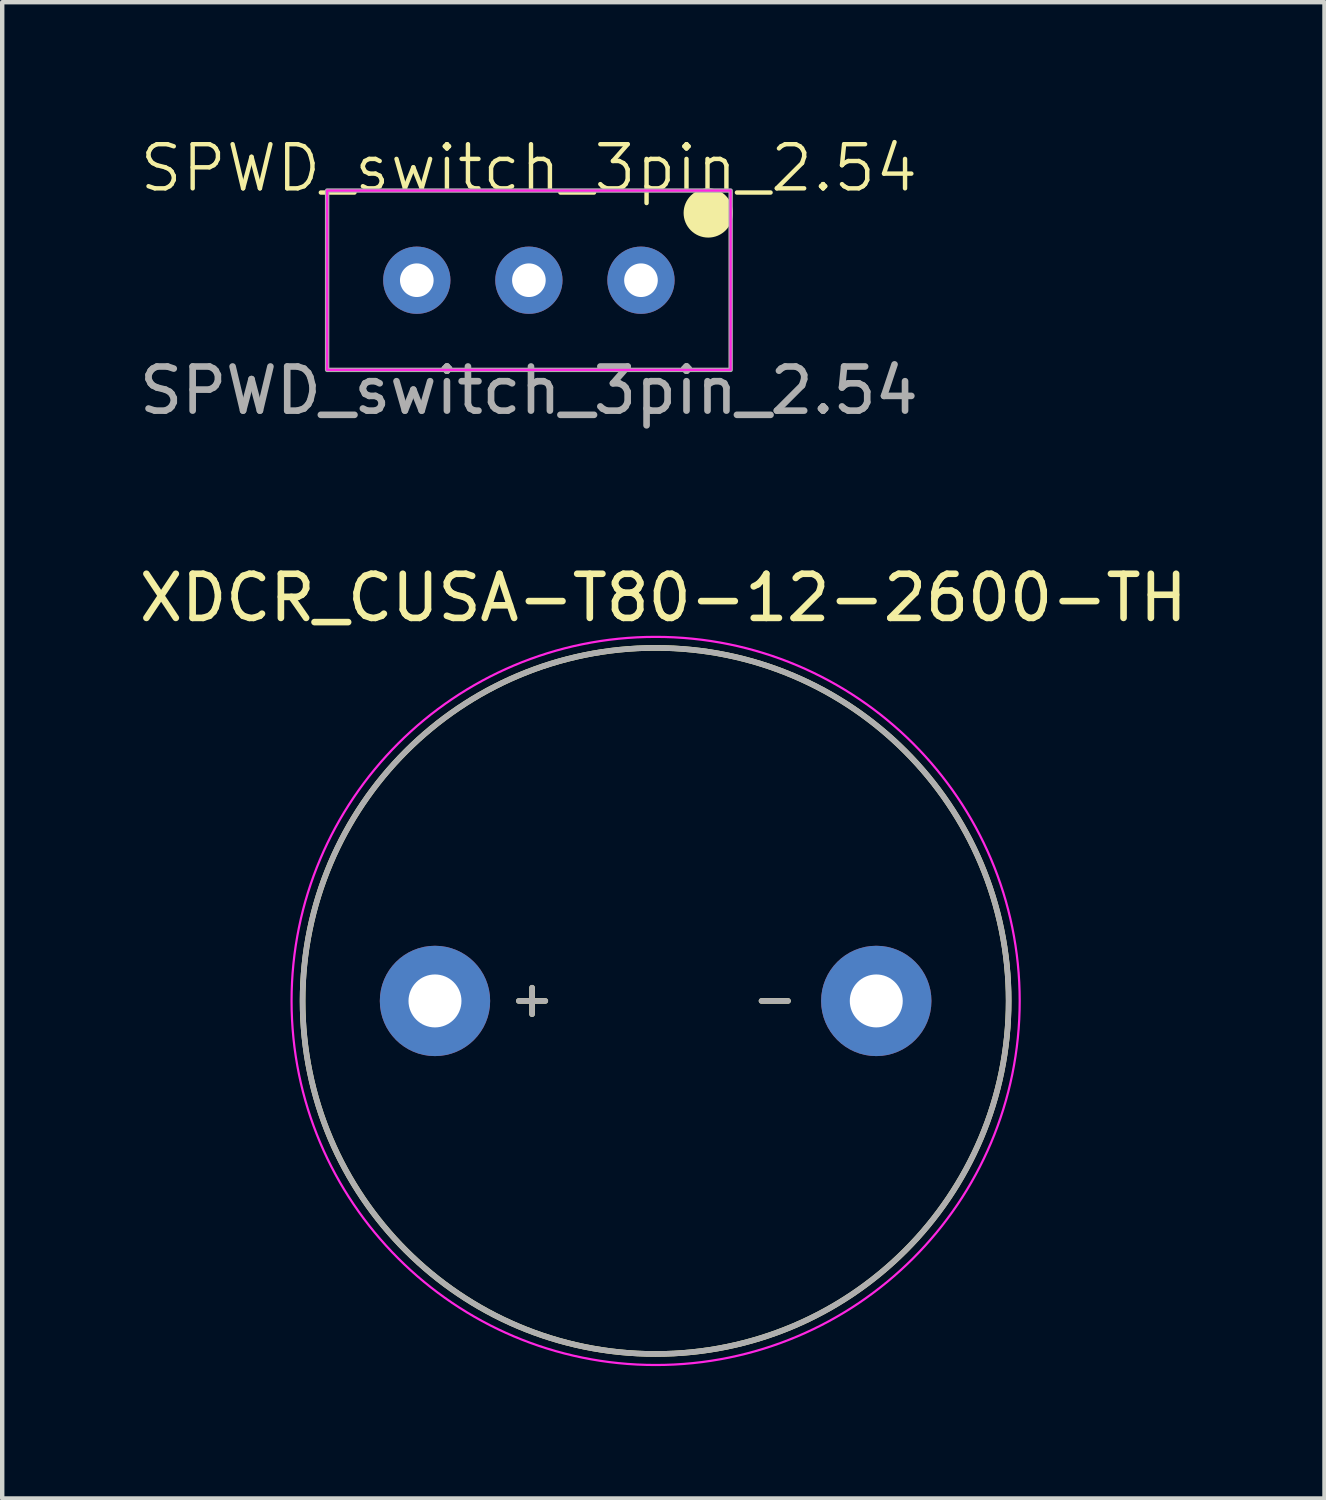
<source format=kicad_pcb>
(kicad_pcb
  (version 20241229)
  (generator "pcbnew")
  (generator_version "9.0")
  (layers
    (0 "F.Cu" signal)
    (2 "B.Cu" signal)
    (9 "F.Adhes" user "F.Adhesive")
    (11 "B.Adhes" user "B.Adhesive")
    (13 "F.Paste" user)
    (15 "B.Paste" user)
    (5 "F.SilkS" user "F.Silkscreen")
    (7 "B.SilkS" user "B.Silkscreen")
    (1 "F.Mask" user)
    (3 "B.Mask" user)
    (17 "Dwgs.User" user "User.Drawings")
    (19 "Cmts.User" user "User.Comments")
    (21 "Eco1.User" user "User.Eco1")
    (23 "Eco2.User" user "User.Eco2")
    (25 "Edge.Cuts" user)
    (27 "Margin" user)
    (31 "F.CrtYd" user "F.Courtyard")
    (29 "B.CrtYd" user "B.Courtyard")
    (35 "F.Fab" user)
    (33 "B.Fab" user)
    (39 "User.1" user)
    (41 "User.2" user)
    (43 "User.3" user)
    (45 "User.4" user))
  (footprint "XDCR_CUSA-T80-12-2600-TH"
    (layer "F.Cu")
    (at 11.807 19.632)
    (property "Reference" "XDCR_CUSA-T80-12-2600-TH" (at 0.175 -9.135 0) (layer "F.SilkS") (effects (font (size 1 1) (thickness 0.15))))
    (attr through_hole)
    (fp_line (start -3.1 0) (end -2.5 0) (stroke (width 0.127) (type solid)) (layer "F.SilkS"))
    (fp_line (start -2.8 -0.3) (end -2.8 0.3) (stroke (width 0.127) (type solid)) (layer "F.SilkS"))
    (fp_line (start 3 0) (end 2.4 0) (stroke (width 0.127) (type solid)) (layer "F.SilkS"))
    (fp_circle (center 0 0) (end 8 0) (stroke (width 0.127) (type solid)) (fill no) (layer "F.SilkS"))
    (fp_circle (center 0 0) (end 8.25 0) (stroke (width 0.05) (type solid)) (fill no) (layer "F.CrtYd"))
    (fp_line (start -3.1 0) (end -2.5 0) (stroke (width 0.127) (type solid)) (layer "F.Fab"))
    (fp_line (start -2.8 -0.3) (end -2.8 0.3) (stroke (width 0.127) (type solid)) (layer "F.Fab"))
    (fp_line (start 3 0) (end 2.4 0) (stroke (width 0.127) (type solid)) (layer "F.Fab"))
    (fp_circle (center 0 0) (end 8 0) (stroke (width 0.127) (type solid)) (fill no) (layer "F.Fab"))
    (pad "N" thru_hole circle (at 5 0) (size 2.5 2.5) (drill 1.2) (layers "*.Cu" "*.Mask"))
    (pad "P" thru_hole circle (at -5 0) (size 2.5 2.5) (drill 1.2) (layers "*.Cu" "*.Mask")))
  (footprint "SPWD_switch_3pin_2.54"
    (layer "F.Cu")
    (at 8.935 3.3)
    (property "Reference" "SPWD_switch_3pin_2.54" (at 0 -2.54 0) (unlocked yes) (layer "F.SilkS") (effects (font (size 1 1) (thickness 0.1))))
    (attr through_hole)
    (fp_circle (center 4.064 -1.524) (end 4.572 -1.524) (stroke (width 0.1) (type solid)) (fill yes) (layer "F.SilkS"))
    (fp_rect (start -4.572 -2.032) (end 4.572 2.032) (stroke (width 0.05) (type default)) (fill no) (layer "F.CrtYd"))
    (fp_rect (start -4.572 -2.032) (end 4.572 2.032) (stroke (width 0.1) (type default)) (fill no) (layer "F.Fab"))
    (fp_text user "${REFERENCE}" (at 0 2.5 0) (unlocked yes) (layer "F.Fab") (effects (font (size 1 1) (thickness 0.15))))
    (pad "1" thru_hole circle (at 2.54 0) (size 1.524 1.524) (drill 0.762) (layers "*.Cu" "*.Mask"))
    (pad "2" thru_hole circle (at 0 0) (size 1.524 1.524) (drill 0.762) (layers "*.Cu" "*.Mask"))
    (pad "3" thru_hole circle (at -2.54 0) (size 1.524 1.524) (drill 0.762) (layers "*.Cu" "*.Mask")))
  (gr_rect
    (start -3 -3)
    (end 26.964 30.907)
    (stroke (width 0.1) (type default))
    (fill no)
    (layer "Edge.Cuts")))
</source>
